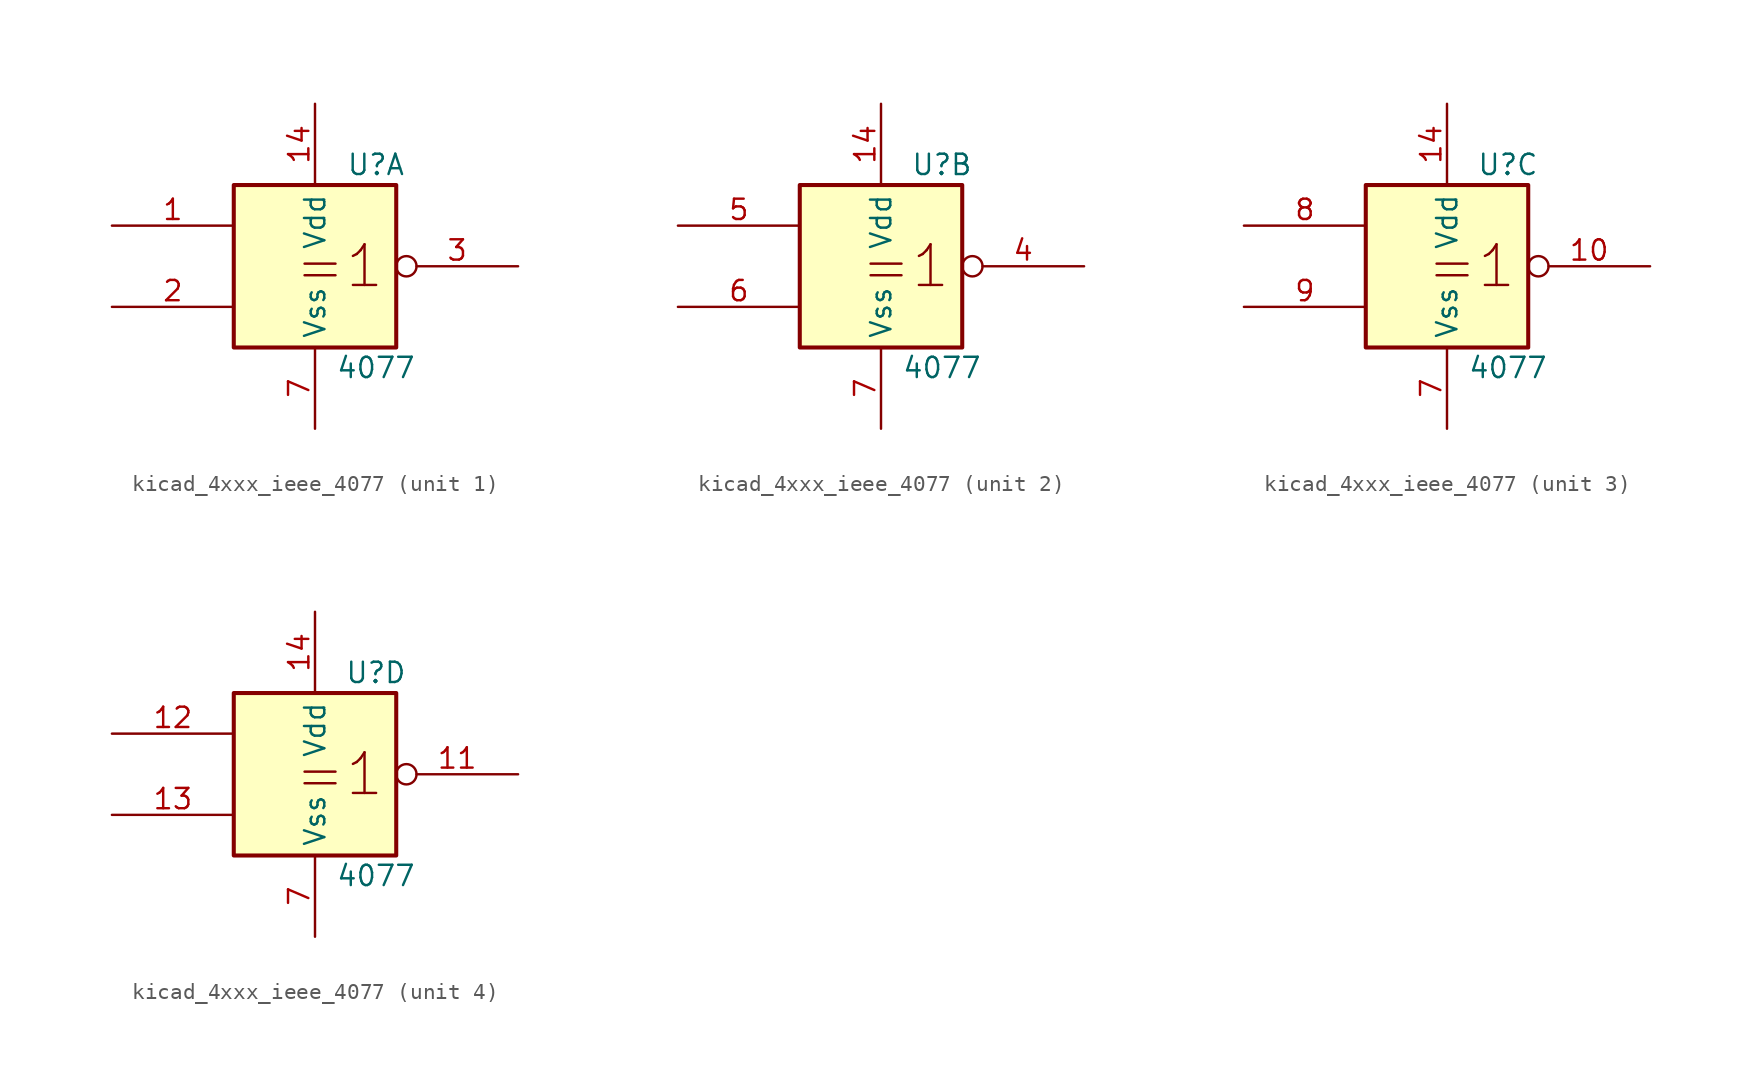
<source format=kicad_sym>
(kicad_symbol_lib
  (version 20220914)
  (generator kicad_symbol_editor)
  (symbol "kicad_4xxx_ieee_4077"
    (property "Reference" "U"
      (at 3.81 6.35 0)
      (effects (font (size 1.27 1.27))))
    (property "Value" "4077"
      (at 3.81 -6.35 0)
      (effects (font (size 1.27 1.27))))
    (symbol "kicad_4xxx_ieee_4077_0_0"
      (rectangle (start -5.08 5.08) (end 5.08 -5.08) (stroke (width 0.254) (type default)) (fill (type background)))
      (text "=1" (at 1.524 0 0) (effects (font (size 2.54 2.54))))
      (pin power_in line (at 0 10.16 270) (length 5.08) (name "Vdd" (effects (font (size 1.27 1.27)))) (number "14" (effects (font (size 1.27 1.27)))))
      (pin power_in line (at 0 -10.16 90) (length 5.08) (name "Vss" (effects (font (size 1.27 1.27)))) (number "7" (effects (font (size 1.27 1.27))))))
    (symbol "kicad_4xxx_ieee_4077_1_1"
      (pin input line (at -12.7 2.54 0) (length 7.62) (name "~" (effects (font (size 1.27 1.27)))) (number "1" (effects (font (size 1.27 1.27)))))
      (pin input line (at -12.7 -2.54 0) (length 7.62) (name "~" (effects (font (size 1.27 1.27)))) (number "2" (effects (font (size 1.27 1.27)))))
      (pin output inverted (at 12.7 0 180) (length 7.62) (name "~" (effects (font (size 1.27 1.27)))) (number "3" (effects (font (size 1.27 1.27))))))
    (symbol "kicad_4xxx_ieee_4077_2_1"
      (pin output inverted (at 12.7 0 180) (length 7.62) (name "~" (effects (font (size 1.27 1.27)))) (number "4" (effects (font (size 1.27 1.27)))))
      (pin input line (at -12.7 2.54 0) (length 7.62) (name "~" (effects (font (size 1.27 1.27)))) (number "5" (effects (font (size 1.27 1.27)))))
      (pin input line (at -12.7 -2.54 0) (length 7.62) (name "~" (effects (font (size 1.27 1.27)))) (number "6" (effects (font (size 1.27 1.27))))))
    (symbol "kicad_4xxx_ieee_4077_3_1"
      (pin output inverted (at 12.7 0 180) (length 7.62) (name "~" (effects (font (size 1.27 1.27)))) (number "10" (effects (font (size 1.27 1.27)))))
      (pin input line (at -12.7 2.54 0) (length 7.62) (name "~" (effects (font (size 1.27 1.27)))) (number "8" (effects (font (size 1.27 1.27)))))
      (pin input line (at -12.7 -2.54 0) (length 7.62) (name "~" (effects (font (size 1.27 1.27)))) (number "9" (effects (font (size 1.27 1.27))))))
    (symbol "kicad_4xxx_ieee_4077_4_1"
      (pin output inverted (at 12.7 0 180) (length 7.62) (name "~" (effects (font (size 1.27 1.27)))) (number "11" (effects (font (size 1.27 1.27)))))
      (pin input line (at -12.7 2.54 0) (length 7.62) (name "~" (effects (font (size 1.27 1.27)))) (number "12" (effects (font (size 1.27 1.27)))))
      (pin input line (at -12.7 -2.54 0) (length 7.62) (name "~" (effects (font (size 1.27 1.27)))) (number "13" (effects (font (size 1.27 1.27))))))))
</source>
